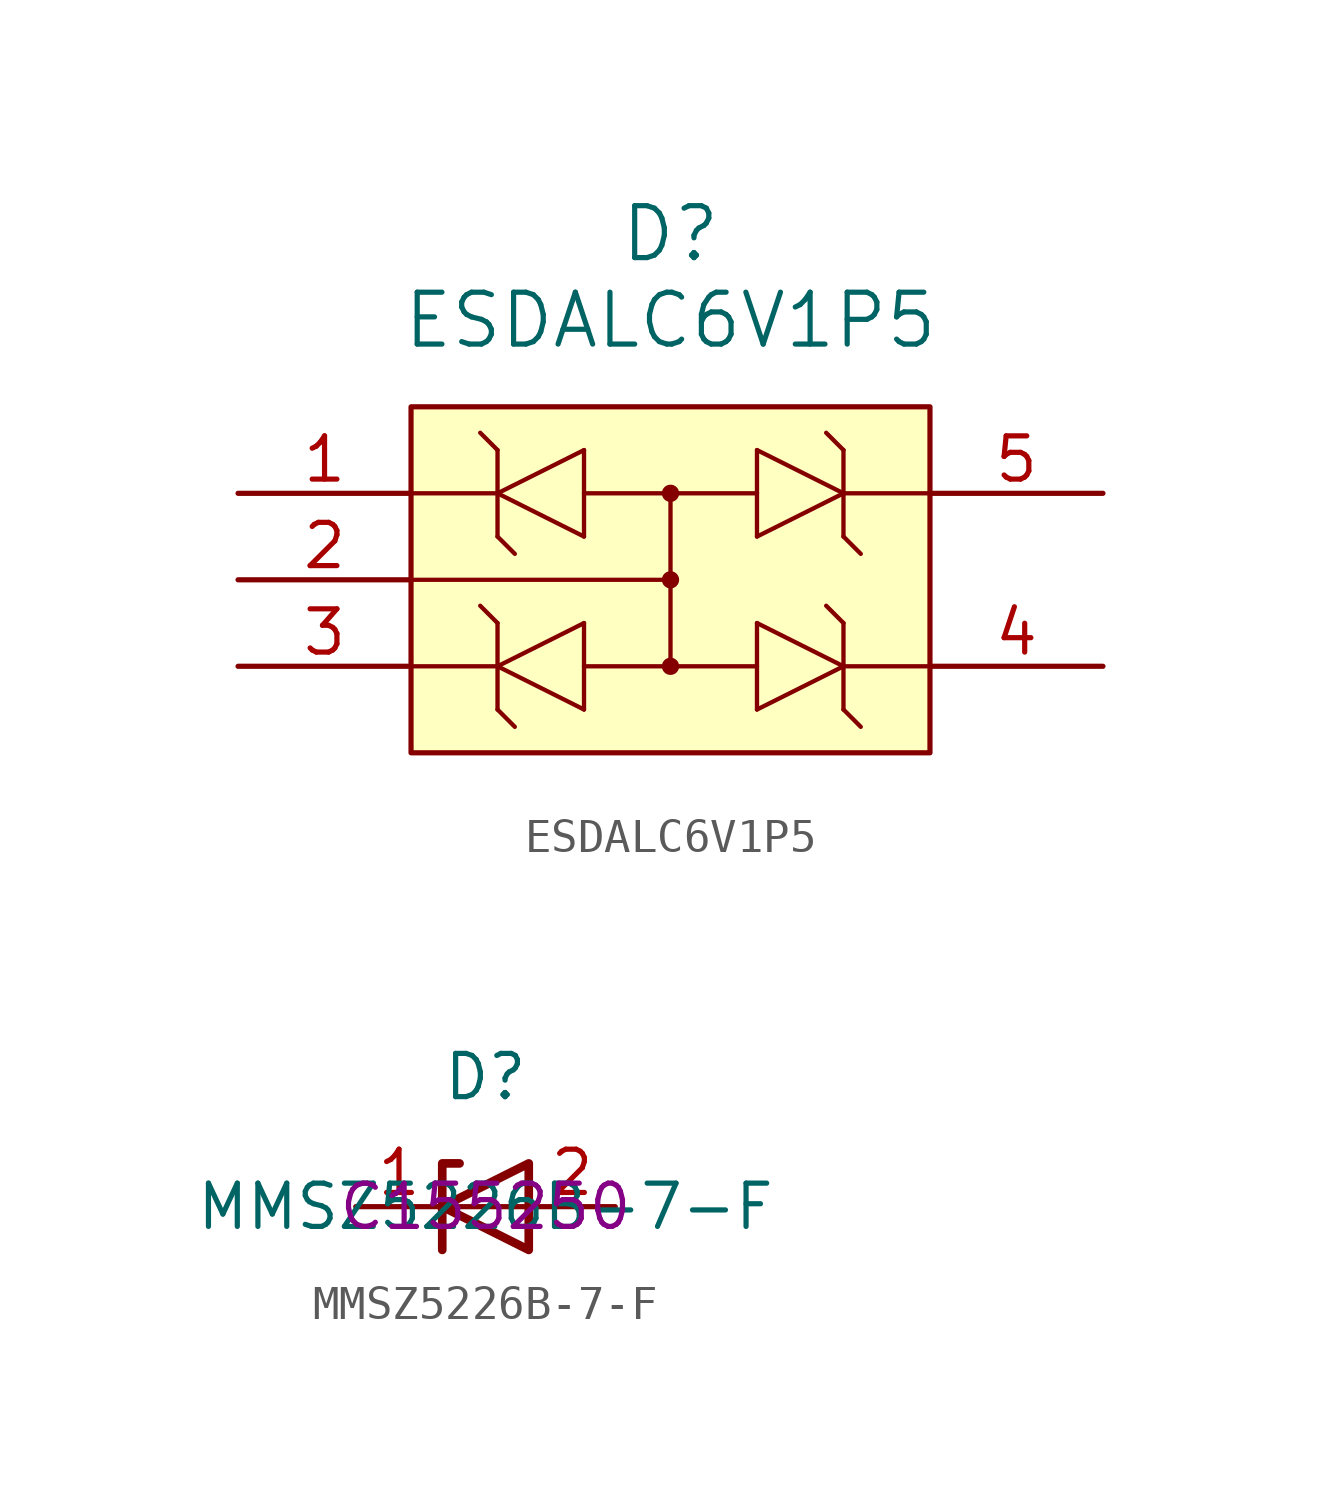
<source format=kicad_sym>
(kicad_symbol_lib
  (version 20220914)
  (generator kicad_symbol_editor)
  (symbol "ESDALC6V1P5"
    (pin_names
      (offset 0.254))
    (property "Reference" "D"
      (at 15.24 7.62 0)
      (effects (font (size 1.524 1.524))))
    (property "Value" "ESDALC6V1P5"
      (at 15.24 5.08 0)
      (effects (font (size 1.524 1.524))))
    (symbol "ESDALC6V1P5_0_1"
      (polyline (pts (xy 7.62 -5.08) (xy 10.16 -5.08)) (stroke (width 0.127) (type default)) (fill (type none)))
      (polyline (pts (xy 10.16 -6.35) (xy 10.668 -6.858)) (stroke (width 0.127) (type default)) (fill (type none)))
      (polyline (pts (xy 10.16 -5.08) (xy 12.7 -3.81)) (stroke (width 0.127) (type default)) (fill (type none)))
      (polyline (pts (xy 10.16 -3.81) (xy 9.652 -3.302)) (stroke (width 0.127) (type default)) (fill (type none)))
      (polyline (pts (xy 10.16 -3.81) (xy 10.16 -6.35)) (stroke (width 0.127) (type default)) (fill (type none)))
      (polyline (pts (xy 10.16 -1.27) (xy 10.668 -1.778)) (stroke (width 0.127) (type default)) (fill (type none)))
      (polyline (pts (xy 10.16 0) (xy 7.62 0)) (stroke (width 0.127) (type default)) (fill (type none)))
      (polyline (pts (xy 10.16 0) (xy 12.7 1.27)) (stroke (width 0.127) (type default)) (fill (type none)))
      (polyline (pts (xy 10.16 1.27) (xy 9.652 1.778)) (stroke (width 0.127) (type default)) (fill (type none)))
      (polyline (pts (xy 10.16 1.27) (xy 10.16 -1.27)) (stroke (width 0.127) (type default)) (fill (type none)))
      (polyline (pts (xy 12.7 -6.35) (xy 10.16 -5.08)) (stroke (width 0.127) (type default)) (fill (type none)))
      (polyline (pts (xy 12.7 -5.08) (xy 17.78 -5.08)) (stroke (width 0.127) (type default)) (fill (type none)))
      (polyline (pts (xy 12.7 -3.81) (xy 12.7 -6.35)) (stroke (width 0.127) (type default)) (fill (type none)))
      (polyline (pts (xy 12.7 -1.27) (xy 10.16 0)) (stroke (width 0.127) (type default)) (fill (type none)))
      (polyline (pts (xy 12.7 0) (xy 17.78 0)) (stroke (width 0.127) (type default)) (fill (type none)))
      (polyline (pts (xy 12.7 1.27) (xy 12.7 -1.27)) (stroke (width 0.127) (type default)) (fill (type none)))
      (polyline (pts (xy 15.24 -2.54) (xy 7.62 -2.54)) (stroke (width 0.127) (type default)) (fill (type none)))
      (polyline (pts (xy 15.24 0) (xy 15.24 -5.08)) (stroke (width 0.127) (type default)) (fill (type none)))
      (polyline (pts (xy 17.78 -6.35) (xy 20.32 -5.08)) (stroke (width 0.127) (type default)) (fill (type none)))
      (polyline (pts (xy 17.78 -3.81) (xy 17.78 -6.35)) (stroke (width 0.127) (type default)) (fill (type none)))
      (polyline (pts (xy 17.78 -1.27) (xy 20.32 0)) (stroke (width 0.127) (type default)) (fill (type none)))
      (polyline (pts (xy 17.78 1.27) (xy 17.78 -1.27)) (stroke (width 0.127) (type default)) (fill (type none)))
      (polyline (pts (xy 20.32 -6.35) (xy 20.828 -6.858)) (stroke (width 0.127) (type default)) (fill (type none)))
      (polyline (pts (xy 20.32 -5.08) (xy 17.78 -3.81)) (stroke (width 0.127) (type default)) (fill (type none)))
      (polyline (pts (xy 20.32 -3.81) (xy 19.812 -3.302)) (stroke (width 0.127) (type default)) (fill (type none)))
      (polyline (pts (xy 20.32 -3.81) (xy 20.32 -6.35)) (stroke (width 0.127) (type default)) (fill (type none)))
      (polyline (pts (xy 20.32 -1.27) (xy 20.828 -1.778)) (stroke (width 0.127) (type default)) (fill (type none)))
      (polyline (pts (xy 20.32 0) (xy 17.78 1.27)) (stroke (width 0.127) (type default)) (fill (type none)))
      (polyline (pts (xy 20.32 0) (xy 22.86 0)) (stroke (width 0.127) (type default)) (fill (type none)))
      (polyline (pts (xy 20.32 1.27) (xy 19.812 1.778)) (stroke (width 0.127) (type default)) (fill (type none)))
      (polyline (pts (xy 20.32 1.27) (xy 20.32 -1.27)) (stroke (width 0.127) (type default)) (fill (type none)))
      (polyline (pts (xy 22.86 -5.08) (xy 20.32 -5.08)) (stroke (width 0.127) (type default)) (fill (type none)))
      (circle (center 15.24 -5.08) (radius 0.127) (stroke (width 0.254) (type default)) (fill (type none)))
      (circle (center 15.24 -2.54) (radius 0.127) (stroke (width 0.254) (type default)) (fill (type none)))
      (circle (center 15.24 0) (radius 0.127) (stroke (width 0.254) (type default)) (fill (type none))))
    (symbol "ESDALC6V1P5_1_1"
      (rectangle (start 7.62 2.54) (end 22.86 -7.62) (stroke (width 0) (type default)) (fill (type background)))
      (pin unspecified line (at 2.54 0 0) (length 5.08) (name "" (effects (font (size 1.27 1.27)))) (number "1" (effects (font (size 1.27 1.27)))))
      (pin unspecified line (at 2.54 -2.54 0) (length 5.08) (name "" (effects (font (size 1.27 1.27)))) (number "2" (effects (font (size 1.27 1.27)))))
      (pin unspecified line (at 2.54 -5.08 0) (length 5.08) (name "" (effects (font (size 1.27 1.27)))) (number "3" (effects (font (size 1.27 1.27)))))
      (pin unspecified line (at 27.94 -5.08 180) (length 5.08) (name "" (effects (font (size 1.27 1.27)))) (number "4" (effects (font (size 1.27 1.27)))))
      (pin unspecified line (at 27.94 0 180) (length 5.08) (name "" (effects (font (size 1.27 1.27)))) (number "5" (effects (font (size 1.27 1.27)))))))
  (symbol "MMSZ5226B-7-F"
    (property "Reference" "D"
      (at 0 3.81 0)
      (effects (font (size 1.27 1.27))))
    (property "Value" "MMSZ5226B-7-F"
      (at 0 0 0)
      (effects (font (size 1.27 1.27))))
    (property "Part#" "C155250"
      (at 0 0 0)
      (effects (font (size 1.27 1.27))))
    (symbol "MMSZ5226B-7-F_0_1"
      (polyline (pts (xy 1.27 0) (xy -1.27 0)) (stroke (width 0) (type default)) (fill (type none)))
      (polyline (pts (xy -1.27 -1.27) (xy -1.27 1.27) (xy -0.762 1.27)) (stroke (width 0.254) (type default)) (fill (type none)))
      (polyline (pts (xy 1.27 -1.27) (xy 1.27 1.27) (xy -1.27 0) (xy 1.27 -1.27)) (stroke (width 0.254) (type default)) (fill (type none))))
    (symbol "MMSZ5226B-7-F_1_1"
      (pin passive line (at -3.81 0 0) (length 2.54) (name "" (effects (font (size 1.27 1.27)))) (number "1" (effects (font (size 1.27 1.27)))))
      (pin passive line (at 3.81 0 180) (length 2.54) (name "" (effects (font (size 1.27 1.27)))) (number "2" (effects (font (size 1.27 1.27))))))))
</source>
